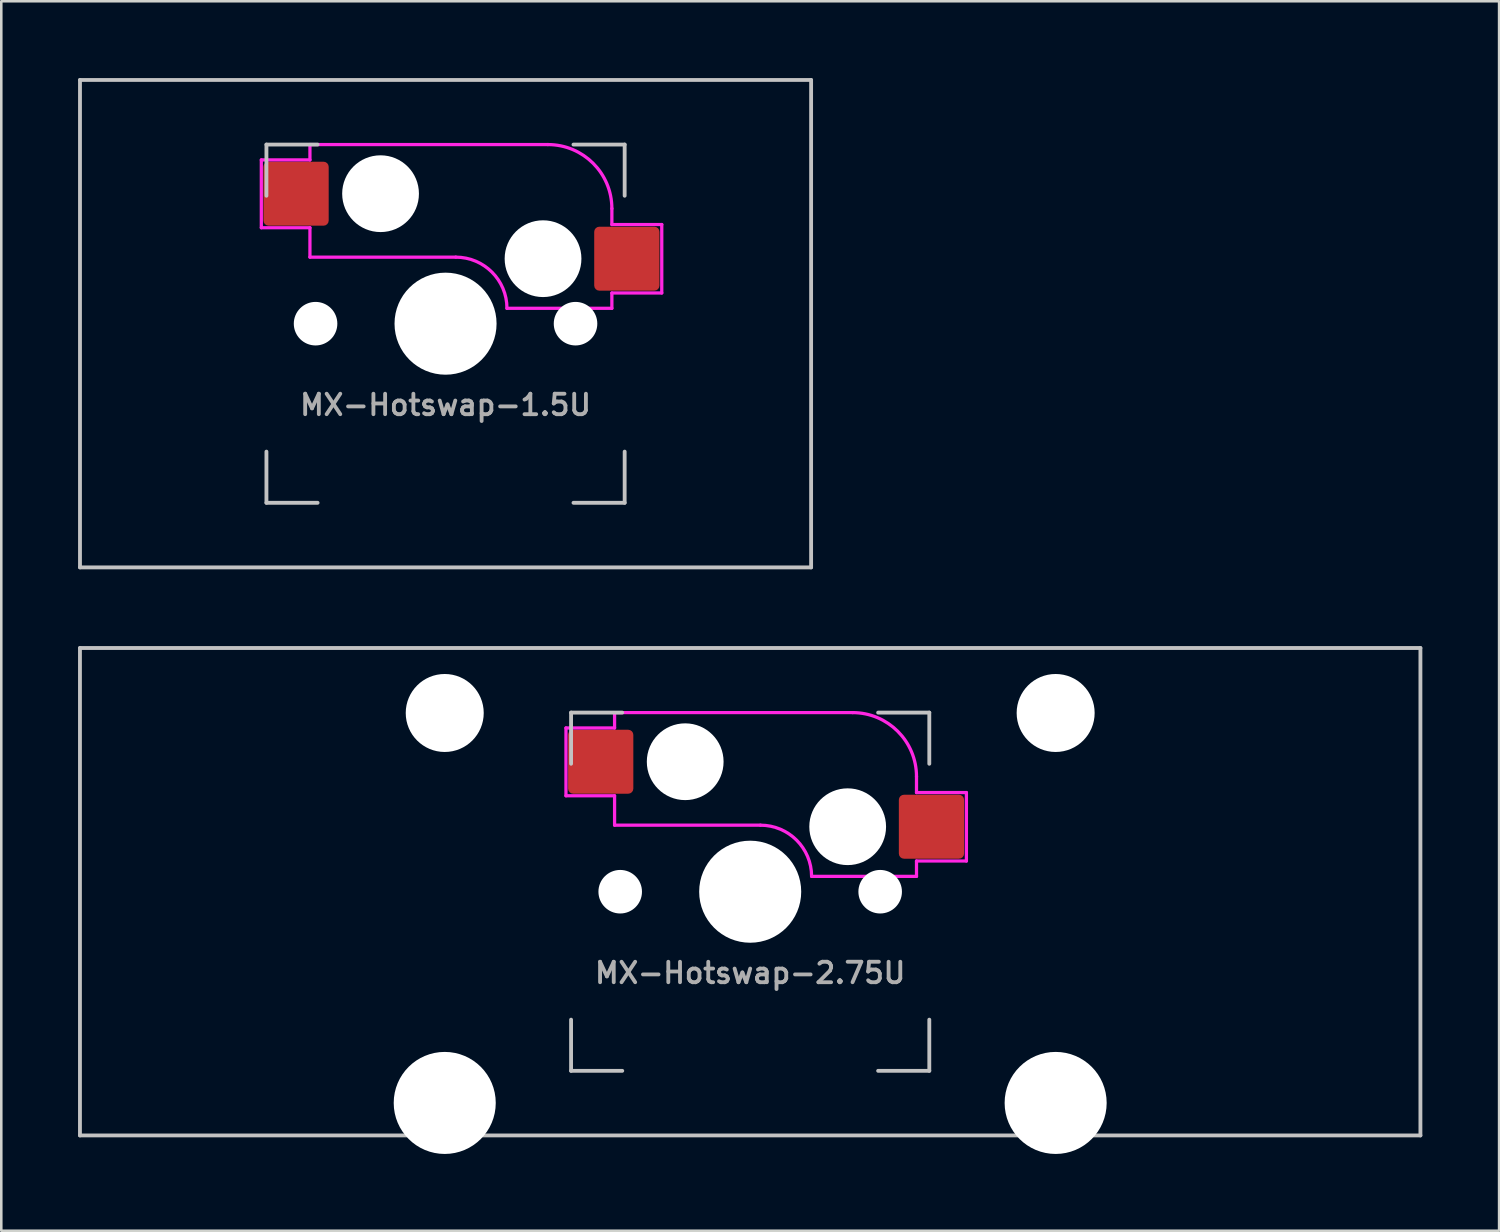
<source format=kicad_pcb>
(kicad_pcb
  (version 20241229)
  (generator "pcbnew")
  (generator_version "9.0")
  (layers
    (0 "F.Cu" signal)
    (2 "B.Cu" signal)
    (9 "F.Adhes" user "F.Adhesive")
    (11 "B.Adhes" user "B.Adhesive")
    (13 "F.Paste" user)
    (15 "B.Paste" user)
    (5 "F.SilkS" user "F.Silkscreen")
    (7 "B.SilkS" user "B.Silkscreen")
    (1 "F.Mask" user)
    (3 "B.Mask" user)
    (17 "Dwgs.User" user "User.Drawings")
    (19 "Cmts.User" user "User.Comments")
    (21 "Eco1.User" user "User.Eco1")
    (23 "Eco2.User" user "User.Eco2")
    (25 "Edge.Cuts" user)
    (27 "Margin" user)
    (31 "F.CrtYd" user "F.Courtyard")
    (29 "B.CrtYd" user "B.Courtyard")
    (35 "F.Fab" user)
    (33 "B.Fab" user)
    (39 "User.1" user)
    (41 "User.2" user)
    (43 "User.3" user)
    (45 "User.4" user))
  (footprint "MX-Hotswap-1.5U"
    (layer "F.Cu")
    (at 14.363 9.6)
    (property "Reference" "MX-Hotswap-1.5U" (at 0 3.175 0) (layer "F.Fab") (effects (font (size 0.8 0.8) (thickness 0.15))))
    (attr smd)
    (fp_line (start -14.287 -9.525) (end 14.287 -9.525) (stroke (width 0.15) (type solid)) (layer "Dwgs.User"))
    (fp_line (start -14.287 9.525) (end -14.287 -9.525) (stroke (width 0.15) (type solid)) (layer "Dwgs.User"))
    (fp_line (start -14.287 9.525) (end 14.287 9.525) (stroke (width 0.15) (type solid)) (layer "Dwgs.User"))
    (fp_line (start -7 -7) (end -7 -5) (stroke (width 0.15) (type solid)) (layer "Dwgs.User"))
    (fp_line (start -7 7) (end -7 5) (stroke (width 0.15) (type solid)) (layer "Dwgs.User"))
    (fp_line (start -5 -7) (end -7 -7) (stroke (width 0.15) (type solid)) (layer "Dwgs.User"))
    (fp_line (start -5 7) (end -7 7) (stroke (width 0.15) (type solid)) (layer "Dwgs.User"))
    (fp_line (start 5 -7) (end 7 -7) (stroke (width 0.15) (type solid)) (layer "Dwgs.User"))
    (fp_line (start 7 -7) (end 7 -5) (stroke (width 0.15) (type solid)) (layer "Dwgs.User"))
    (fp_line (start 7 5) (end 7 7) (stroke (width 0.15) (type solid)) (layer "Dwgs.User"))
    (fp_line (start 7 7) (end 5 7) (stroke (width 0.15) (type solid)) (layer "Dwgs.User"))
    (fp_line (start 14.287 9.525) (end 14.287 -9.525) (stroke (width 0.15) (type solid)) (layer "Dwgs.User"))
    (fp_line (start -7.2 -6.4) (end -7.2 -3.75) (stroke (width 0.127) (type solid)) (layer "F.CrtYd"))
    (fp_line (start -7.2 -3.75) (end -5.3 -3.75) (stroke (width 0.127) (type solid)) (layer "F.CrtYd"))
    (fp_line (start -5.3 -7) (end -5.3 -6.4) (stroke (width 0.127) (type solid)) (layer "F.CrtYd"))
    (fp_line (start -5.3 -7) (end 4 -7) (stroke (width 0.127) (type solid)) (layer "F.CrtYd"))
    (fp_line (start -5.3 -6.4) (end -7.2 -6.4) (stroke (width 0.127) (type solid)) (layer "F.CrtYd"))
    (fp_line (start -5.3 -2.6) (end -5.3 -3.75) (stroke (width 0.127) (type solid)) (layer "F.CrtYd"))
    (fp_line (start 0.4 -2.6) (end -5.3 -2.6) (stroke (width 0.127) (type solid)) (layer "F.CrtYd"))
    (fp_line (start 6.5 -4.5) (end 6.5 -3.875) (stroke (width 0.127) (type solid)) (layer "F.CrtYd"))
    (fp_line (start 6.5 -3.875) (end 8.45 -3.875) (stroke (width 0.127) (type solid)) (layer "F.CrtYd"))
    (fp_line (start 6.5 -0.6) (end 2.4 -0.6) (stroke (width 0.127) (type solid)) (layer "F.CrtYd"))
    (fp_line (start 6.5 -0.6) (end 6.5 -1.2) (stroke (width 0.127) (type solid)) (layer "F.CrtYd"))
    (fp_line (start 8.45 -3.875) (end 8.45 -1.2) (stroke (width 0.127) (type solid)) (layer "F.CrtYd"))
    (fp_line (start 8.45 -1.2) (end 6.5 -1.2) (stroke (width 0.127) (type solid)) (layer "F.CrtYd"))
    (fp_arc (start 0.4 -2.6) (mid 1.814214 -2.014214) (end 2.4 -0.6) (stroke (width 0.127) (type solid)) (layer "F.CrtYd"))
    (fp_arc (start 4 -7) (mid 5.767767 -6.267767) (end 6.5 -4.5) (stroke (width 0.127) (type solid)) (layer "F.CrtYd"))
    (pad "" np_thru_hole circle (at -5.08 0 311.901) (size 1.702 1.702) (drill 1.702) (layers "*.Cu" "*.Mask"))
    (pad "" np_thru_hole circle (at -2.54 -5.08) (size 3 3) (drill 3) (layers "*.Cu" "*.Mask"))
    (pad "" np_thru_hole circle (at 0 0) (size 3.988 3.988) (drill 3.988) (layers "*.Cu" "*.Mask"))
    (pad "" np_thru_hole circle (at 3.81 -2.54) (size 3 3) (drill 3) (layers "*.Cu" "*.Mask"))
    (pad "" np_thru_hole circle (at 5.08 0 311.901) (size 1.702 1.702) (drill 1.702) (layers "*.Cu" "*.Mask"))
    (pad "1" smd roundrect (at 7.085 -2.54) (size 2.55 2.5) (layers "F.Cu" "F.Mask" "F.Paste") (roundrect_rratio 0.08))
    (pad "2" smd roundrect (at -5.842 -5.08) (size 2.55 2.5) (layers "F.Cu" "F.Mask" "F.Paste") (roundrect_rratio 0.08)))
  (footprint "MX-Hotswap-2.75U"
    (layer "F.Cu")
    (at 26.269 31.8)
    (property "Reference" "MX-Hotswap-2.75U" (at 0 3.175 0) (layer "F.Fab") (effects (font (size 0.8 0.8) (thickness 0.15))))
    (attr smd)
    (fp_line (start -26.194 -9.525) (end 26.194 -9.525) (stroke (width 0.15) (type solid)) (layer "Dwgs.User"))
    (fp_line (start -26.194 9.525) (end -26.194 -9.525) (stroke (width 0.15) (type solid)) (layer "Dwgs.User"))
    (fp_line (start -26.194 9.525) (end 26.194 9.525) (stroke (width 0.15) (type solid)) (layer "Dwgs.User"))
    (fp_line (start -7 -7) (end -7 -5) (stroke (width 0.15) (type solid)) (layer "Dwgs.User"))
    (fp_line (start -7 7) (end -7 5) (stroke (width 0.15) (type solid)) (layer "Dwgs.User"))
    (fp_line (start -5 -7) (end -7 -7) (stroke (width 0.15) (type solid)) (layer "Dwgs.User"))
    (fp_line (start -5 7) (end -7 7) (stroke (width 0.15) (type solid)) (layer "Dwgs.User"))
    (fp_line (start 5 -7) (end 7 -7) (stroke (width 0.15) (type solid)) (layer "Dwgs.User"))
    (fp_line (start 7 -7) (end 7 -5) (stroke (width 0.15) (type solid)) (layer "Dwgs.User"))
    (fp_line (start 7 5) (end 7 7) (stroke (width 0.15) (type solid)) (layer "Dwgs.User"))
    (fp_line (start 7 7) (end 5 7) (stroke (width 0.15) (type solid)) (layer "Dwgs.User"))
    (fp_line (start 26.194 9.525) (end 26.194 -9.525) (stroke (width 0.15) (type solid)) (layer "Dwgs.User"))
    (fp_line (start -7.2 -6.4) (end -7.2 -3.75) (stroke (width 0.127) (type solid)) (layer "F.CrtYd"))
    (fp_line (start -7.2 -3.75) (end -5.3 -3.75) (stroke (width 0.127) (type solid)) (layer "F.CrtYd"))
    (fp_line (start -5.3 -7) (end -5.3 -6.4) (stroke (width 0.127) (type solid)) (layer "F.CrtYd"))
    (fp_line (start -5.3 -7) (end 4 -7) (stroke (width 0.127) (type solid)) (layer "F.CrtYd"))
    (fp_line (start -5.3 -6.4) (end -7.2 -6.4) (stroke (width 0.127) (type solid)) (layer "F.CrtYd"))
    (fp_line (start -5.3 -2.6) (end -5.3 -3.75) (stroke (width 0.127) (type solid)) (layer "F.CrtYd"))
    (fp_line (start 0.4 -2.6) (end -5.3 -2.6) (stroke (width 0.127) (type solid)) (layer "F.CrtYd"))
    (fp_line (start 6.5 -4.5) (end 6.5 -3.875) (stroke (width 0.127) (type solid)) (layer "F.CrtYd"))
    (fp_line (start 6.5 -3.875) (end 8.45 -3.875) (stroke (width 0.127) (type solid)) (layer "F.CrtYd"))
    (fp_line (start 6.5 -0.6) (end 2.4 -0.6) (stroke (width 0.127) (type solid)) (layer "F.CrtYd"))
    (fp_line (start 6.5 -0.6) (end 6.5 -1.2) (stroke (width 0.127) (type solid)) (layer "F.CrtYd"))
    (fp_line (start 8.45 -3.875) (end 8.45 -1.2) (stroke (width 0.127) (type solid)) (layer "F.CrtYd"))
    (fp_line (start 8.45 -1.2) (end 6.5 -1.2) (stroke (width 0.127) (type solid)) (layer "F.CrtYd"))
    (fp_arc (start 0.4 -2.6) (mid 1.814214 -2.014214) (end 2.4 -0.6) (stroke (width 0.127) (type solid)) (layer "F.CrtYd"))
    (fp_arc (start 4 -7) (mid 5.767767 -6.267767) (end 6.5 -4.5) (stroke (width 0.127) (type solid)) (layer "F.CrtYd"))
    (pad "" np_thru_hole circle (at -11.938 -6.985) (size 3.048 3.048) (drill 3.048) (layers "*.Cu" "*.Mask"))
    (pad "" np_thru_hole circle (at -11.938 8.255) (size 3.988 3.988) (drill 3.988) (layers "*.Cu" "*.Mask"))
    (pad "" np_thru_hole circle (at -5.08 0 311.901) (size 1.702 1.702) (drill 1.702) (layers "*.Cu" "*.Mask"))
    (pad "" np_thru_hole circle (at -2.54 -5.08) (size 3 3) (drill 3) (layers "*.Cu" "*.Mask"))
    (pad "" np_thru_hole circle (at 0 0) (size 3.988 3.988) (drill 3.988) (layers "*.Cu" "*.Mask"))
    (pad "" np_thru_hole circle (at 3.81 -2.54) (size 3 3) (drill 3) (layers "*.Cu" "*.Mask"))
    (pad "" np_thru_hole circle (at 5.08 0 311.901) (size 1.702 1.702) (drill 1.702) (layers "*.Cu" "*.Mask"))
    (pad "" np_thru_hole circle (at 11.938 -6.985) (size 3.048 3.048) (drill 3.048) (layers "*.Cu" "*.Mask"))
    (pad "" np_thru_hole circle (at 11.938 8.255) (size 3.988 3.988) (drill 3.988) (layers "*.Cu" "*.Mask"))
    (pad "1" smd roundrect (at 7.085 -2.54) (size 2.55 2.5) (layers "F.Cu" "F.Mask" "F.Paste") (roundrect_rratio 0.08))
    (pad "2" smd roundrect (at -5.842 -5.08) (size 2.55 2.5) (layers "F.Cu" "F.Mask" "F.Paste") (roundrect_rratio 0.08)))
  (gr_rect
    (start -3 -3)
    (end 55.538 45.049)
    (stroke (width 0.1) (type default))
    (fill no)
    (layer "Edge.Cuts")))
</source>
